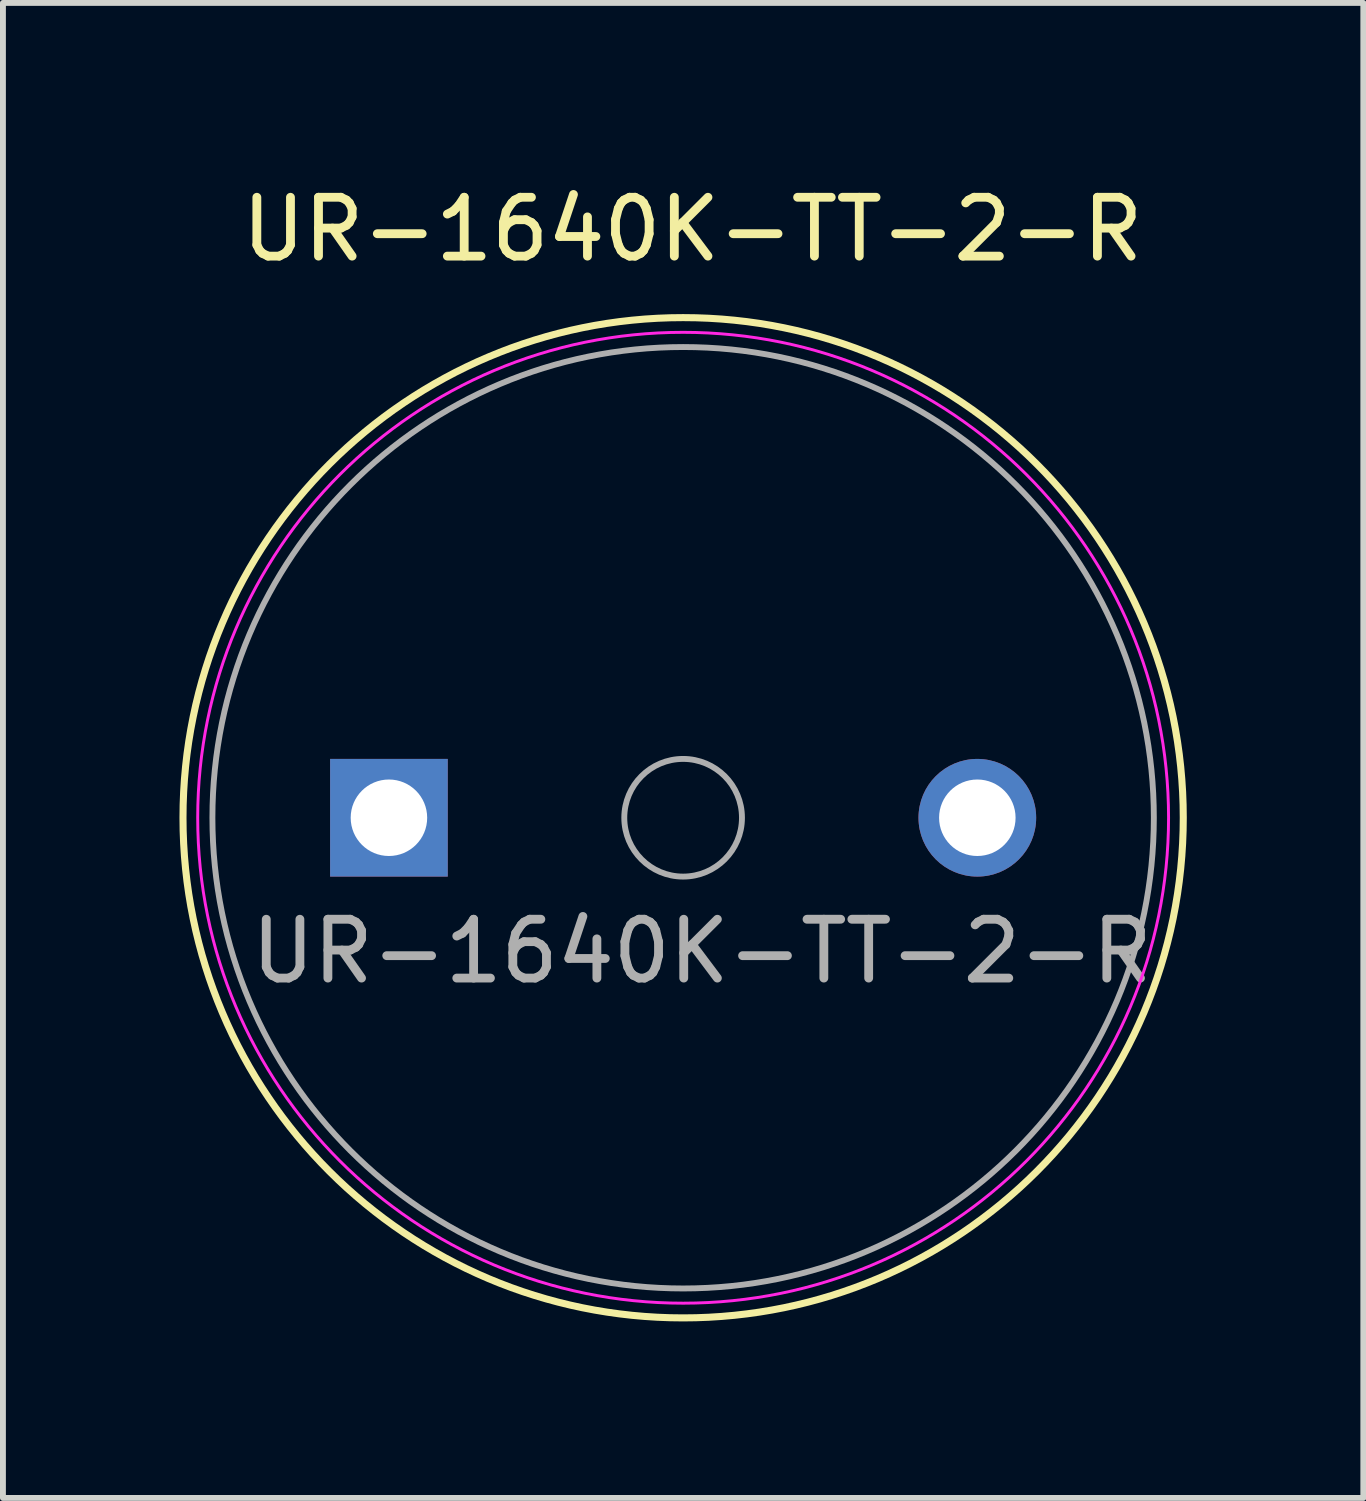
<source format=kicad_pcb>
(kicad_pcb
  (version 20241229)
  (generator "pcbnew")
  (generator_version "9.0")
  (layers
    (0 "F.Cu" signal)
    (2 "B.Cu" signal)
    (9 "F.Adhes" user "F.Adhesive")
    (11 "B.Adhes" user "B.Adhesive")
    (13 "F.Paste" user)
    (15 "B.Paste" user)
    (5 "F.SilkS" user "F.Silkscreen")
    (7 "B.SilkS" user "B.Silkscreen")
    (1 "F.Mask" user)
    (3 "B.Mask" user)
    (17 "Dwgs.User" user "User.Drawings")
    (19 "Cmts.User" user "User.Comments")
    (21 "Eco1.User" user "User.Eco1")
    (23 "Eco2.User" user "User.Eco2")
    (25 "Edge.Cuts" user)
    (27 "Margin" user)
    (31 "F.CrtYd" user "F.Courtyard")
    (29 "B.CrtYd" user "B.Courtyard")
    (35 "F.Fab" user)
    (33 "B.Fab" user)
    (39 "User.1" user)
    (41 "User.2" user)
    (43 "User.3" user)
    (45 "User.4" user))
  (footprint "UR-1640K-TT-2-R"
    (layer "F.Cu")
    (at 3.56 10.848)
    (property "Reference" "UR-1640K-TT-2-R" (at 5.16 -10 0) (layer "F.SilkS") (effects (font (size 1 1) (thickness 0.15))))
    (attr through_hole)
    (fp_circle (center 5 0) (end 13.5 0) (stroke (width 0.12) (type solid)) (fill no) (layer "F.SilkS"))
    (fp_circle (center 5 0) (end 13.25 0) (stroke (width 0.05) (type solid)) (fill no) (layer "F.CrtYd"))
    (fp_circle (center 5 0) (end 6 0) (stroke (width 0.1) (type solid)) (fill no) (layer "F.Fab"))
    (fp_circle (center 5 0) (end 13 0) (stroke (width 0.1) (type solid)) (fill no) (layer "F.Fab"))
    (fp_text user "${REFERENCE}" (at 5.32 2.27 0) (layer "F.Fab") (effects (font (size 1 1) (thickness 0.15))))
    (pad "1" thru_hole rect (at 0 0) (size 2 2) (drill 1.3) (layers "*.Cu" "*.Mask"))
    (pad "2" thru_hole circle (at 10 0) (size 2 2) (drill 1.3) (layers "*.Cu" "*.Mask")))
  (gr_rect
    (start -3 -3)
    (end 20.12 22.408)
    (stroke (width 0.1) (type default))
    (fill no)
    (layer "Edge.Cuts")))
</source>
